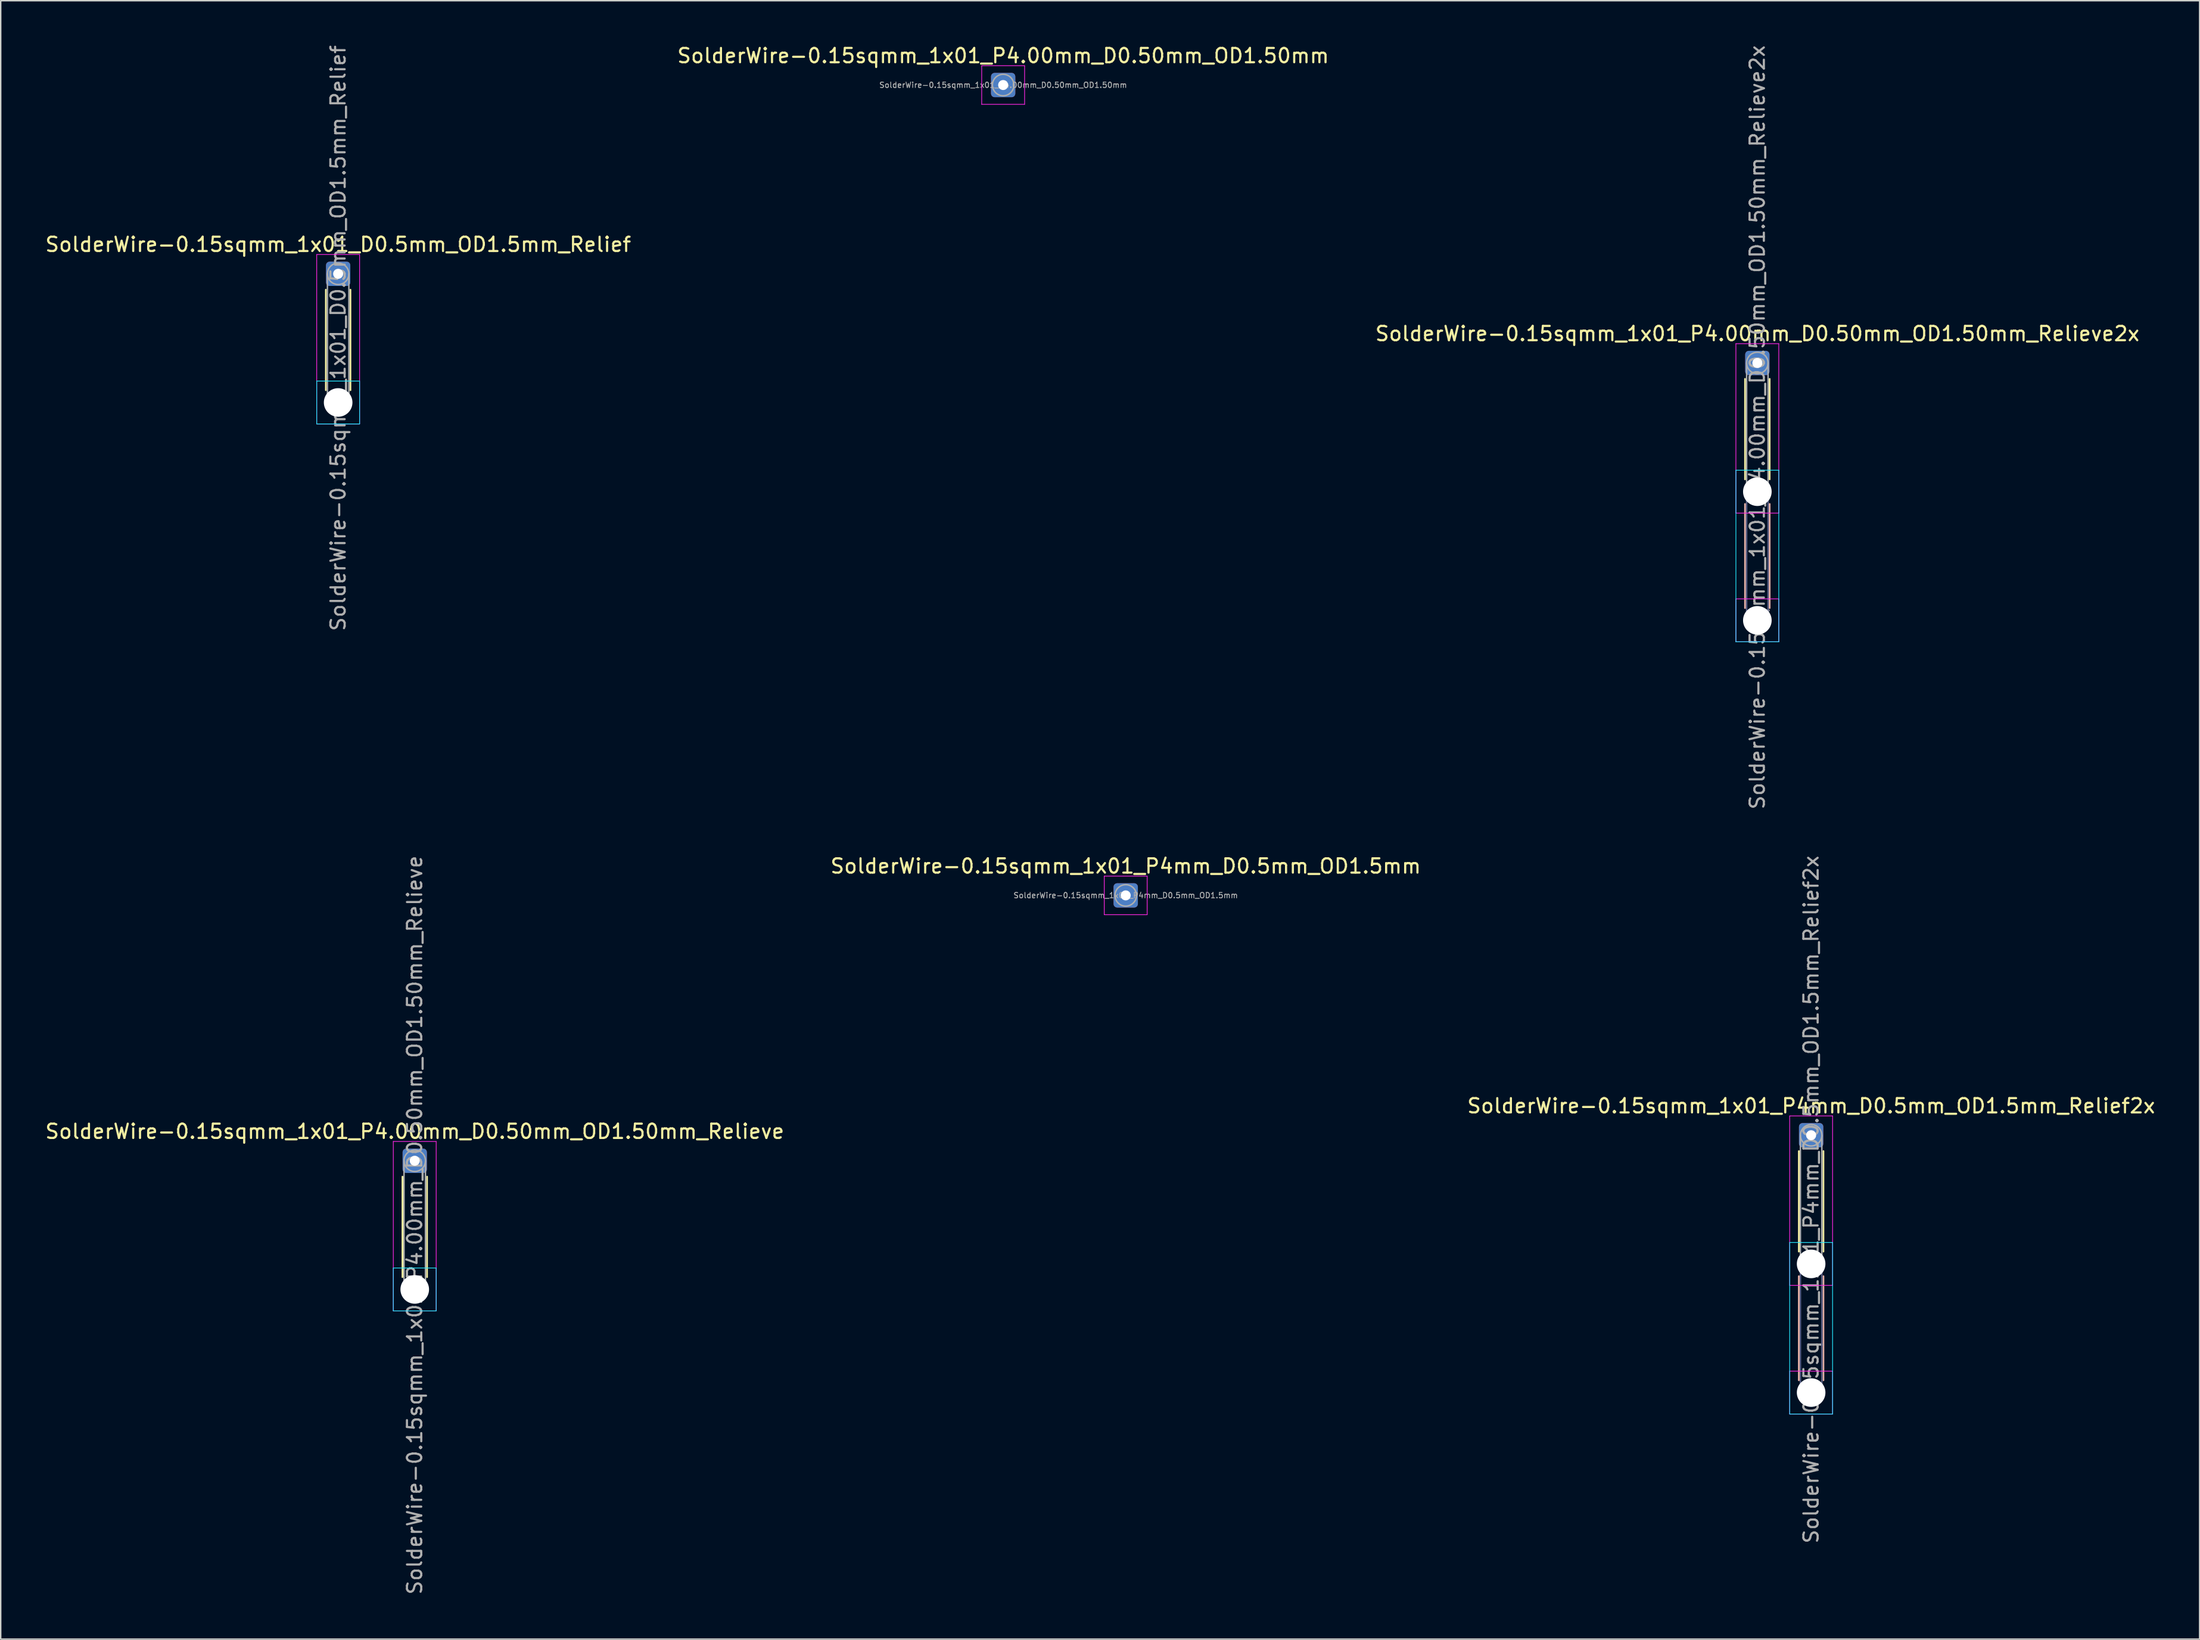
<source format=kicad_pcb>
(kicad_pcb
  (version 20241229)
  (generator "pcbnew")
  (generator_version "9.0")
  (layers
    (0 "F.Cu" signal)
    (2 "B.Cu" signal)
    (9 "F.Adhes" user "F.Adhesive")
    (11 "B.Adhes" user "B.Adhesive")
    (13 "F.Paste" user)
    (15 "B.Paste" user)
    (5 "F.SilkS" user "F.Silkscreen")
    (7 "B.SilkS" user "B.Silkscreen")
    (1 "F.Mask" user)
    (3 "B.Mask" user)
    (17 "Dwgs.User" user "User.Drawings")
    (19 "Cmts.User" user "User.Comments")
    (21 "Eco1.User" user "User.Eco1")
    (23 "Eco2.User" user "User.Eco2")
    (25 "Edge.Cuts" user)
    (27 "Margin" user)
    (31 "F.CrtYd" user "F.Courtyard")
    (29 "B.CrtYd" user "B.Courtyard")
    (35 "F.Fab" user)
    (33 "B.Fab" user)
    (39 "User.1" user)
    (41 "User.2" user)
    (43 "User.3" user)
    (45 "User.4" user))
  (footprint "SolderWire-0.15sqmm_1x01_P4.00mm_D0.50mm_OD1.50mm"
    (layer "F.Cu")
    (at 67.113 2.898)
    (property "Reference" "SolderWire-0.15sqmm_1x01_P4.00mm_D0.50mm_OD1.50mm" (at 0 -2.05 0) (layer "F.SilkS") (effects (font (size 1 1) (thickness 0.15))))
    (attr exclude_from_pos_files exclude_from_bom)
    (fp_line (start -1.5 -1.35) (end -1.5 1.35) (stroke (width 0.05) (type solid)) (layer "F.CrtYd"))
    (fp_line (start -1.5 1.35) (end 1.5 1.35) (stroke (width 0.05) (type solid)) (layer "F.CrtYd"))
    (fp_line (start 1.5 -1.35) (end -1.5 -1.35) (stroke (width 0.05) (type solid)) (layer "F.CrtYd"))
    (fp_line (start 1.5 1.35) (end 1.5 -1.35) (stroke (width 0.05) (type solid)) (layer "F.CrtYd"))
    (fp_circle (center 0 0) (end 0.75 0) (stroke (width 0.1) (type solid)) (fill no) (layer "F.Fab"))
    (fp_text user "${REFERENCE}" (at 0 0 0) (layer "F.Fab") (effects (font (size 0.38 0.38) (thickness 0.06))))
    (pad "1" thru_hole roundrect (at 0 0) (size 1.7 1.7) (drill 0.7) (layers "*.Cu" "*.Mask") (roundrect_rratio 0.147)))
  (footprint "SolderWire-0.15sqmm_1x01_D0.5mm_OD1.5mm_Relief"
    (layer "F.Cu")
    (at 20.601 16.101)
    (property "Reference" "SolderWire-0.15sqmm_1x01_D0.5mm_OD1.5mm_Relief" (at 0 -2.05 0) (layer "F.SilkS") (effects (font (size 1 1) (thickness 0.15))))
    (attr exclude_from_pos_files exclude_from_bom)
    (fp_line (start -0.86 1.11) (end -0.86 8.14) (stroke (width 0.12) (type solid)) (layer "F.SilkS"))
    (fp_line (start 0.86 1.11) (end 0.86 8.14) (stroke (width 0.12) (type solid)) (layer "F.SilkS"))
    (fp_line (start -1.5 7.5) (end -1.5 10.5) (stroke (width 0.05) (type solid)) (layer "B.CrtYd"))
    (fp_line (start -1.5 10.5) (end 1.5 10.5) (stroke (width 0.05) (type solid)) (layer "B.CrtYd"))
    (fp_line (start 1.5 7.5) (end -1.5 7.5) (stroke (width 0.05) (type solid)) (layer "B.CrtYd"))
    (fp_line (start 1.5 10.5) (end 1.5 7.5) (stroke (width 0.05) (type solid)) (layer "B.CrtYd"))
    (fp_line (start -1.5 -1.35) (end -1.5 10.5) (stroke (width 0.05) (type solid)) (layer "F.CrtYd"))
    (fp_line (start -1.5 10.5) (end 1.5 10.5) (stroke (width 0.05) (type solid)) (layer "F.CrtYd"))
    (fp_line (start 1.5 -1.35) (end -1.5 -1.35) (stroke (width 0.05) (type solid)) (layer "F.CrtYd"))
    (fp_line (start 1.5 10.5) (end 1.5 -1.35) (stroke (width 0.05) (type solid)) (layer "F.CrtYd"))
    (fp_line (start -0.75 0) (end -0.75 9) (stroke (width 0.1) (type solid)) (layer "F.Fab"))
    (fp_line (start 0.75 0) (end 0.75 9) (stroke (width 0.1) (type solid)) (layer "F.Fab"))
    (fp_circle (center 0 0) (end 0.75 0) (stroke (width 0.1) (type solid)) (fill no) (layer "F.Fab"))
    (fp_circle (center 0 9) (end 0.75 9) (stroke (width 0.1) (type solid)) (fill no) (layer "F.Fab"))
    (fp_text user "${REFERENCE}" (at 0 4.5 90) (layer "F.Fab") (effects (font (size 1 1) (thickness 0.15))))
    (pad "" np_thru_hole circle (at 0 9) (size 2 2) (drill 2) (layers "*.Cu" "*.Mask"))
    (pad "1" thru_hole roundrect (at 0 0) (size 1.7 1.7) (drill 0.7) (layers "*.Cu" "*.Mask") (roundrect_rratio 0.147)))
  (footprint "SolderWire-0.15sqmm_1x01_P4.00mm_D0.50mm_OD1.50mm_Relieve"
    (layer "F.Cu")
    (at 25.958 78.137)
    (property "Reference" "SolderWire-0.15sqmm_1x01_P4.00mm_D0.50mm_OD1.50mm_Relieve" (at 0 -2.05 0) (layer "F.SilkS") (effects (font (size 1 1) (thickness 0.15))))
    (attr exclude_from_pos_files exclude_from_bom)
    (fp_line (start -0.86 1.11) (end -0.86 8.14) (stroke (width 0.12) (type solid)) (layer "F.SilkS"))
    (fp_line (start 0.86 1.11) (end 0.86 8.14) (stroke (width 0.12) (type solid)) (layer "F.SilkS"))
    (fp_line (start -1.5 7.5) (end -1.5 10.5) (stroke (width 0.05) (type solid)) (layer "B.CrtYd"))
    (fp_line (start -1.5 10.5) (end 1.5 10.5) (stroke (width 0.05) (type solid)) (layer "B.CrtYd"))
    (fp_line (start 1.5 7.5) (end -1.5 7.5) (stroke (width 0.05) (type solid)) (layer "B.CrtYd"))
    (fp_line (start 1.5 10.5) (end 1.5 7.5) (stroke (width 0.05) (type solid)) (layer "B.CrtYd"))
    (fp_line (start -1.5 -1.35) (end -1.5 10.5) (stroke (width 0.05) (type solid)) (layer "F.CrtYd"))
    (fp_line (start -1.5 10.5) (end 1.5 10.5) (stroke (width 0.05) (type solid)) (layer "F.CrtYd"))
    (fp_line (start 1.5 -1.35) (end -1.5 -1.35) (stroke (width 0.05) (type solid)) (layer "F.CrtYd"))
    (fp_line (start 1.5 10.5) (end 1.5 -1.35) (stroke (width 0.05) (type solid)) (layer "F.CrtYd"))
    (fp_line (start -0.75 0) (end -0.75 9) (stroke (width 0.1) (type solid)) (layer "F.Fab"))
    (fp_line (start 0.75 0) (end 0.75 9) (stroke (width 0.1) (type solid)) (layer "F.Fab"))
    (fp_circle (center 0 0) (end 0.75 0) (stroke (width 0.1) (type solid)) (fill no) (layer "F.Fab"))
    (fp_circle (center 0 9) (end 0.75 9) (stroke (width 0.1) (type solid)) (fill no) (layer "F.Fab"))
    (fp_text user "${REFERENCE}" (at 0 4.5 90) (layer "F.Fab") (effects (font (size 1 1) (thickness 0.15))))
    (pad "" np_thru_hole circle (at 0 9) (size 2 2) (drill 2) (layers "*.Cu" "*.Mask"))
    (pad "1" thru_hole roundrect (at 0 0) (size 1.7 1.7) (drill 0.7) (layers "*.Cu" "*.Mask") (roundrect_rratio 0.147)))
  (footprint "SolderWire-0.15sqmm_1x01_P4mm_D0.5mm_OD1.5mm"
    (layer "F.Cu")
    (at 75.685 59.577)
    (property "Reference" "SolderWire-0.15sqmm_1x01_P4mm_D0.5mm_OD1.5mm" (at 0 -2.05 0) (layer "F.SilkS") (effects (font (size 1 1) (thickness 0.15))))
    (attr exclude_from_pos_files exclude_from_bom)
    (fp_line (start -1.5 -1.35) (end -1.5 1.35) (stroke (width 0.05) (type solid)) (layer "F.CrtYd"))
    (fp_line (start -1.5 1.35) (end 1.5 1.35) (stroke (width 0.05) (type solid)) (layer "F.CrtYd"))
    (fp_line (start 1.5 -1.35) (end -1.5 -1.35) (stroke (width 0.05) (type solid)) (layer "F.CrtYd"))
    (fp_line (start 1.5 1.35) (end 1.5 -1.35) (stroke (width 0.05) (type solid)) (layer "F.CrtYd"))
    (fp_circle (center 0 0) (end 0.75 0) (stroke (width 0.1) (type solid)) (fill no) (layer "F.Fab"))
    (fp_text user "${REFERENCE}" (at 0 0 0) (layer "F.Fab") (effects (font (size 0.38 0.38) (thickness 0.06))))
    (pad "1" thru_hole roundrect (at 0 0) (size 1.7 1.7) (drill 0.7) (layers "*.Cu" "*.Mask") (roundrect_rratio 0.147)))
  (footprint "SolderWire-0.15sqmm_1x01_P4mm_D0.5mm_OD1.5mm_Relief2x"
    (layer "F.Cu")
    (at 123.625 76.351)
    (property "Reference" "SolderWire-0.15sqmm_1x01_P4mm_D0.5mm_OD1.5mm_Relief2x" (at 0 -2.05 0) (layer "F.SilkS") (effects (font (size 1 1) (thickness 0.15))))
    (attr exclude_from_pos_files exclude_from_bom)
    (fp_line (start -0.86 1.11) (end -0.86 8.14) (stroke (width 0.12) (type solid)) (layer "F.SilkS"))
    (fp_line (start 0.86 1.11) (end 0.86 8.14) (stroke (width 0.12) (type solid)) (layer "F.SilkS"))
    (fp_line (start -0.86 9.86) (end -0.86 17.14) (stroke (width 0.12) (type solid)) (layer "B.SilkS"))
    (fp_line (start 0.86 9.86) (end 0.86 17.14) (stroke (width 0.12) (type solid)) (layer "B.SilkS"))
    (fp_line (start -1.5 7.5) (end -1.5 19.5) (stroke (width 0.05) (type solid)) (layer "B.CrtYd"))
    (fp_line (start -1.5 19.5) (end 1.5 19.5) (stroke (width 0.05) (type solid)) (layer "B.CrtYd"))
    (fp_line (start 1.5 7.5) (end -1.5 7.5) (stroke (width 0.05) (type solid)) (layer "B.CrtYd"))
    (fp_line (start 1.5 19.5) (end 1.5 7.5) (stroke (width 0.05) (type solid)) (layer "B.CrtYd"))
    (fp_line (start -1.5 -1.35) (end -1.5 10.5) (stroke (width 0.05) (type solid)) (layer "F.CrtYd"))
    (fp_line (start -1.5 10.5) (end 1.5 10.5) (stroke (width 0.05) (type solid)) (layer "F.CrtYd"))
    (fp_line (start -1.5 16.5) (end -1.5 19.5) (stroke (width 0.05) (type solid)) (layer "F.CrtYd"))
    (fp_line (start -1.5 19.5) (end 1.5 19.5) (stroke (width 0.05) (type solid)) (layer "F.CrtYd"))
    (fp_line (start 1.5 -1.35) (end -1.5 -1.35) (stroke (width 0.05) (type solid)) (layer "F.CrtYd"))
    (fp_line (start 1.5 10.5) (end 1.5 -1.35) (stroke (width 0.05) (type solid)) (layer "F.CrtYd"))
    (fp_line (start 1.5 16.5) (end -1.5 16.5) (stroke (width 0.05) (type solid)) (layer "F.CrtYd"))
    (fp_line (start 1.5 19.5) (end 1.5 16.5) (stroke (width 0.05) (type solid)) (layer "F.CrtYd"))
    (fp_line (start -0.75 9) (end -0.75 18) (stroke (width 0.1) (type solid)) (layer "B.Fab"))
    (fp_line (start 0.75 9) (end 0.75 18) (stroke (width 0.1) (type solid)) (layer "B.Fab"))
    (fp_circle (center 0 9) (end 0.75 9) (stroke (width 0.1) (type solid)) (fill no) (layer "B.Fab"))
    (fp_circle (center 0 18) (end 0.75 18) (stroke (width 0.1) (type solid)) (fill no) (layer "B.Fab"))
    (fp_line (start -0.75 0) (end -0.75 9) (stroke (width 0.1) (type solid)) (layer "F.Fab"))
    (fp_line (start 0.75 0) (end 0.75 9) (stroke (width 0.1) (type solid)) (layer "F.Fab"))
    (fp_circle (center 0 0) (end 0.75 0) (stroke (width 0.1) (type solid)) (fill no) (layer "F.Fab"))
    (fp_circle (center 0 9) (end 0.75 9) (stroke (width 0.1) (type solid)) (fill no) (layer "F.Fab"))
    (fp_circle (center 0 18) (end 0.75 18) (stroke (width 0.1) (type solid)) (fill no) (layer "F.Fab"))
    (fp_text user "${REFERENCE}" (at 0 4.5 90) (layer "F.Fab") (effects (font (size 1 1) (thickness 0.15))))
    (pad "" np_thru_hole circle (at 0 9) (size 2 2) (drill 2) (layers "*.Cu" "*.Mask"))
    (pad "" np_thru_hole circle (at 0 18) (size 2 2) (drill 2) (layers "*.Cu" "*.Mask"))
    (pad "1" thru_hole roundrect (at 0 0) (size 1.7 1.7) (drill 0.7) (layers "*.Cu" "*.Mask") (roundrect_rratio 0.147)))
  (footprint "SolderWire-0.15sqmm_1x01_P4.00mm_D0.50mm_OD1.50mm_Relieve2x"
    (layer "F.Cu")
    (at 119.863 22.339)
    (property "Reference" "SolderWire-0.15sqmm_1x01_P4.00mm_D0.50mm_OD1.50mm_Relieve2x" (at 0 -2.05 0) (layer "F.SilkS") (effects (font (size 1 1) (thickness 0.15))))
    (attr exclude_from_pos_files exclude_from_bom)
    (fp_line (start -0.86 1.11) (end -0.86 8.14) (stroke (width 0.12) (type solid)) (layer "F.SilkS"))
    (fp_line (start 0.86 1.11) (end 0.86 8.14) (stroke (width 0.12) (type solid)) (layer "F.SilkS"))
    (fp_line (start -0.86 9.86) (end -0.86 17.14) (stroke (width 0.12) (type solid)) (layer "B.SilkS"))
    (fp_line (start 0.86 9.86) (end 0.86 17.14) (stroke (width 0.12) (type solid)) (layer "B.SilkS"))
    (fp_line (start -1.5 7.5) (end -1.5 19.5) (stroke (width 0.05) (type solid)) (layer "B.CrtYd"))
    (fp_line (start -1.5 19.5) (end 1.5 19.5) (stroke (width 0.05) (type solid)) (layer "B.CrtYd"))
    (fp_line (start 1.5 7.5) (end -1.5 7.5) (stroke (width 0.05) (type solid)) (layer "B.CrtYd"))
    (fp_line (start 1.5 19.5) (end 1.5 7.5) (stroke (width 0.05) (type solid)) (layer "B.CrtYd"))
    (fp_line (start -1.5 -1.35) (end -1.5 10.5) (stroke (width 0.05) (type solid)) (layer "F.CrtYd"))
    (fp_line (start -1.5 10.5) (end 1.5 10.5) (stroke (width 0.05) (type solid)) (layer "F.CrtYd"))
    (fp_line (start -1.5 16.5) (end -1.5 19.5) (stroke (width 0.05) (type solid)) (layer "F.CrtYd"))
    (fp_line (start -1.5 19.5) (end 1.5 19.5) (stroke (width 0.05) (type solid)) (layer "F.CrtYd"))
    (fp_line (start 1.5 -1.35) (end -1.5 -1.35) (stroke (width 0.05) (type solid)) (layer "F.CrtYd"))
    (fp_line (start 1.5 10.5) (end 1.5 -1.35) (stroke (width 0.05) (type solid)) (layer "F.CrtYd"))
    (fp_line (start 1.5 16.5) (end -1.5 16.5) (stroke (width 0.05) (type solid)) (layer "F.CrtYd"))
    (fp_line (start 1.5 19.5) (end 1.5 16.5) (stroke (width 0.05) (type solid)) (layer "F.CrtYd"))
    (fp_line (start -0.75 9) (end -0.75 18) (stroke (width 0.1) (type solid)) (layer "B.Fab"))
    (fp_line (start 0.75 9) (end 0.75 18) (stroke (width 0.1) (type solid)) (layer "B.Fab"))
    (fp_circle (center 0 9) (end 0.75 9) (stroke (width 0.1) (type solid)) (fill no) (layer "B.Fab"))
    (fp_circle (center 0 18) (end 0.75 18) (stroke (width 0.1) (type solid)) (fill no) (layer "B.Fab"))
    (fp_line (start -0.75 0) (end -0.75 9) (stroke (width 0.1) (type solid)) (layer "F.Fab"))
    (fp_line (start 0.75 0) (end 0.75 9) (stroke (width 0.1) (type solid)) (layer "F.Fab"))
    (fp_circle (center 0 0) (end 0.75 0) (stroke (width 0.1) (type solid)) (fill no) (layer "F.Fab"))
    (fp_circle (center 0 9) (end 0.75 9) (stroke (width 0.1) (type solid)) (fill no) (layer "F.Fab"))
    (fp_circle (center 0 18) (end 0.75 18) (stroke (width 0.1) (type solid)) (fill no) (layer "F.Fab"))
    (fp_text user "${REFERENCE}" (at 0 4.5 90) (layer "F.Fab") (effects (font (size 1 1) (thickness 0.15))))
    (pad "" np_thru_hole circle (at 0 9) (size 2 2) (drill 2) (layers "*.Cu" "*.Mask"))
    (pad "" np_thru_hole circle (at 0 18) (size 2 2) (drill 2) (layers "*.Cu" "*.Mask"))
    (pad "1" thru_hole roundrect (at 0 0) (size 1.7 1.7) (drill 0.7) (layers "*.Cu" "*.Mask") (roundrect_rratio 0.147)))
  (gr_rect
    (start -3 -3)
    (end 150.798 111.595)
    (stroke (width 0.1) (type default))
    (fill no)
    (layer "Edge.Cuts")))
</source>
